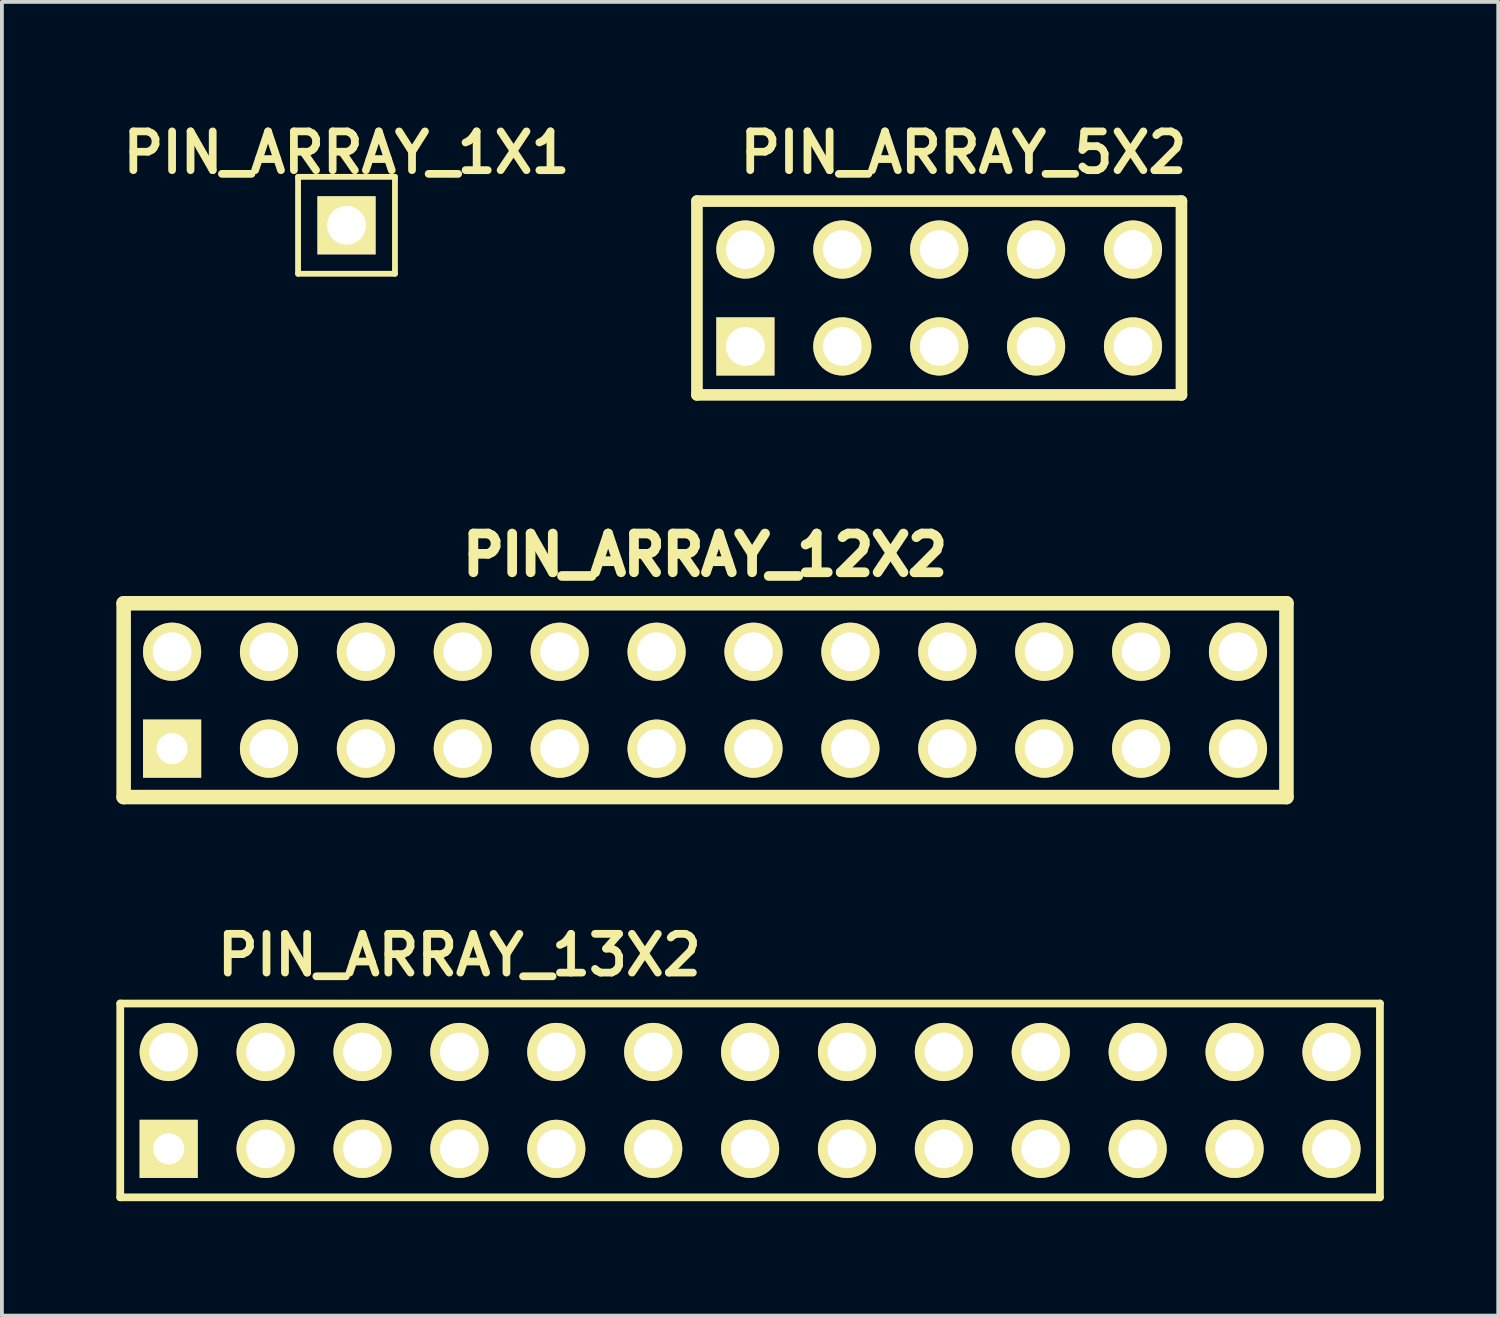
<source format=kicad_pcb>
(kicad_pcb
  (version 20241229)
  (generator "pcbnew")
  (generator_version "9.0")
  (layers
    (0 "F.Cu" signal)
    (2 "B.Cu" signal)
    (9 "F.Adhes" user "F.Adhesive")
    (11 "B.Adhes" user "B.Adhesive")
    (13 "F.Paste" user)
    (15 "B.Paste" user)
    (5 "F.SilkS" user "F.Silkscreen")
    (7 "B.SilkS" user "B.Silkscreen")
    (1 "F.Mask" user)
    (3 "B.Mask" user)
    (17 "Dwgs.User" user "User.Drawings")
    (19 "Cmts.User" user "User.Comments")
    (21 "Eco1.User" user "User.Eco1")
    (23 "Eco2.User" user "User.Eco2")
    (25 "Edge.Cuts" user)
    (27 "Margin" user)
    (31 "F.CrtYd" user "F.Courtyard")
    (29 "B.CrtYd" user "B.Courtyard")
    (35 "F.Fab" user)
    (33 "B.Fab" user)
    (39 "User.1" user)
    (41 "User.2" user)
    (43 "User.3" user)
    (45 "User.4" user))
  (footprint "PIN_ARRAY_5X2"
    (layer "F.Cu")
    (at 21.569 4.761)
    (property "Reference" "PIN_ARRAY_5X2" (at 0.635 -3.81 0) (layer "F.SilkS") (effects (font (size 1.016 1.016) (thickness 0.203))))
    (attr through_hole)
    (fp_line (start -6.35 -2.54) (end 6.35 -2.54) (stroke (width 0.305) (type solid)) (layer "F.SilkS"))
    (fp_line (start -6.35 2.54) (end -6.35 -2.54) (stroke (width 0.305) (type solid)) (layer "F.SilkS"))
    (fp_line (start 6.35 -2.54) (end 6.35 2.54) (stroke (width 0.305) (type solid)) (layer "F.SilkS"))
    (fp_line (start 6.35 2.54) (end -6.35 2.54) (stroke (width 0.305) (type solid)) (layer "F.SilkS"))
    (pad "1" thru_hole rect (at -5.08 1.27) (size 1.524 1.524) (drill 1.016) (layers "*.Cu" "*.Mask" "F.SilkS"))
    (pad "2" thru_hole circle (at -5.08 -1.27) (size 1.524 1.524) (drill 1.016) (layers "*.Cu" "*.Mask" "F.SilkS"))
    (pad "3" thru_hole circle (at -2.54 1.27) (size 1.524 1.524) (drill 1.016) (layers "*.Cu" "*.Mask" "F.SilkS"))
    (pad "4" thru_hole circle (at -2.54 -1.27) (size 1.524 1.524) (drill 1.016) (layers "*.Cu" "*.Mask" "F.SilkS"))
    (pad "5" thru_hole circle (at 0 1.27) (size 1.524 1.524) (drill 1.016) (layers "*.Cu" "*.Mask" "F.SilkS"))
    (pad "6" thru_hole circle (at 0 -1.27) (size 1.524 1.524) (drill 1.016) (layers "*.Cu" "*.Mask" "F.SilkS"))
    (pad "7" thru_hole circle (at 2.54 1.27) (size 1.524 1.524) (drill 1.016) (layers "*.Cu" "*.Mask" "F.SilkS"))
    (pad "8" thru_hole circle (at 2.54 -1.27) (size 1.524 1.524) (drill 1.016) (layers "*.Cu" "*.Mask" "F.SilkS"))
    (pad "9" thru_hole circle (at 5.08 1.27) (size 1.524 1.524) (drill 1.016) (layers "*.Cu" "*.Mask" "F.SilkS"))
    (pad "10" thru_hole circle (at 5.08 -1.27) (size 1.524 1.524) (drill 1.016) (layers "*.Cu" "*.Mask" "F.SilkS")))
  (footprint "PIN_ARRAY_13X2"
    (layer "F.Cu")
    (at 16.612 25.795)
    (property "Reference" "PIN_ARRAY_13X2" (at -7.62 -3.81 0) (layer "F.SilkS") (effects (font (size 1.016 1.016) (thickness 0.203))))
    (attr through_hole)
    (fp_line (start -16.51 -2.54) (end -16.51 2.54) (stroke (width 0.203) (type solid)) (layer "F.SilkS"))
    (fp_line (start -16.51 2.54) (end 16.51 2.54) (stroke (width 0.203) (type solid)) (layer "F.SilkS"))
    (fp_line (start 16.51 -2.54) (end -16.51 -2.54) (stroke (width 0.203) (type solid)) (layer "F.SilkS"))
    (fp_line (start 16.51 2.54) (end 16.51 -2.54) (stroke (width 0.203) (type solid)) (layer "F.SilkS"))
    (pad "1" thru_hole rect (at -15.24 1.27) (size 1.524 1.524) (drill 0.813) (layers "*.Cu" "*.Mask" "F.SilkS"))
    (pad "2" thru_hole circle (at -15.24 -1.27) (size 1.524 1.524) (drill 1.016) (layers "*.Cu" "*.Mask" "F.SilkS"))
    (pad "3" thru_hole circle (at -12.7 1.27) (size 1.524 1.524) (drill 1.016) (layers "*.Cu" "*.Mask" "F.SilkS"))
    (pad "4" thru_hole circle (at -12.7 -1.27) (size 1.524 1.524) (drill 1.016) (layers "*.Cu" "*.Mask" "F.SilkS"))
    (pad "5" thru_hole circle (at -10.16 1.27) (size 1.524 1.524) (drill 1.016) (layers "*.Cu" "*.Mask" "F.SilkS"))
    (pad "6" thru_hole circle (at -10.16 -1.27) (size 1.524 1.524) (drill 1.016) (layers "*.Cu" "*.Mask" "F.SilkS"))
    (pad "7" thru_hole circle (at -7.62 1.27) (size 1.524 1.524) (drill 1.016) (layers "*.Cu" "*.Mask" "F.SilkS"))
    (pad "8" thru_hole circle (at -7.62 -1.27) (size 1.524 1.524) (drill 1.016) (layers "*.Cu" "*.Mask" "F.SilkS"))
    (pad "9" thru_hole circle (at -5.08 1.27) (size 1.524 1.524) (drill 1.016) (layers "*.Cu" "*.Mask" "F.SilkS"))
    (pad "10" thru_hole circle (at -5.08 -1.27) (size 1.524 1.524) (drill 1.016) (layers "*.Cu" "*.Mask" "F.SilkS"))
    (pad "11" thru_hole circle (at -2.54 1.27) (size 1.524 1.524) (drill 1.016) (layers "*.Cu" "*.Mask" "F.SilkS"))
    (pad "12" thru_hole circle (at -2.54 -1.27) (size 1.524 1.524) (drill 1.016) (layers "*.Cu" "*.Mask" "F.SilkS"))
    (pad "13" thru_hole circle (at 0 1.27) (size 1.524 1.524) (drill 1.016) (layers "*.Cu" "*.Mask" "F.SilkS"))
    (pad "14" thru_hole circle (at 0 -1.27) (size 1.524 1.524) (drill 1.016) (layers "*.Cu" "*.Mask" "F.SilkS"))
    (pad "15" thru_hole circle (at 2.54 1.27) (size 1.524 1.524) (drill 1.016) (layers "*.Cu" "*.Mask" "F.SilkS"))
    (pad "16" thru_hole circle (at 2.54 -1.27) (size 1.524 1.524) (drill 1.016) (layers "*.Cu" "*.Mask" "F.SilkS"))
    (pad "17" thru_hole circle (at 5.08 1.27) (size 1.524 1.524) (drill 1.016) (layers "*.Cu" "*.Mask" "F.SilkS"))
    (pad "18" thru_hole circle (at 5.08 -1.27) (size 1.524 1.524) (drill 1.016) (layers "*.Cu" "*.Mask" "F.SilkS"))
    (pad "19" thru_hole circle (at 7.62 1.27) (size 1.524 1.524) (drill 1.016) (layers "*.Cu" "*.Mask" "F.SilkS"))
    (pad "20" thru_hole circle (at 7.62 -1.27) (size 1.524 1.524) (drill 1.016) (layers "*.Cu" "*.Mask" "F.SilkS"))
    (pad "21" thru_hole circle (at 10.16 1.27) (size 1.524 1.524) (drill 1.016) (layers "*.Cu" "*.Mask" "F.SilkS"))
    (pad "22" thru_hole circle (at 10.16 -1.27) (size 1.524 1.524) (drill 1.016) (layers "*.Cu" "*.Mask" "F.SilkS"))
    (pad "23" thru_hole circle (at 12.7 1.27) (size 1.524 1.524) (drill 1.016) (layers "*.Cu" "*.Mask" "F.SilkS"))
    (pad "24" thru_hole circle (at 12.7 -1.27) (size 1.524 1.524) (drill 1.016) (layers "*.Cu" "*.Mask" "F.SilkS"))
    (pad "25" thru_hole circle (at 15.24 1.27) (size 1.524 1.524) (drill 1.016) (layers "*.Cu" "*.Mask" "F.SilkS"))
    (pad "26" thru_hole circle (at 15.24 -1.27) (size 1.524 1.524) (drill 1.016) (layers "*.Cu" "*.Mask" "F.SilkS")))
  (footprint "PIN_ARRAY_12X2"
    (layer "F.Cu")
    (at 15.431 15.304)
    (property "Reference" "PIN_ARRAY_12X2" (at 0 -3.81 0) (layer "F.SilkS") (effects (font (size 1.016 1.016) (thickness 0.274))))
    (attr through_hole)
    (fp_line (start -15.24 -2.54) (end -15.24 2.54) (stroke (width 0.381) (type solid)) (layer "F.SilkS"))
    (fp_line (start -15.24 2.54) (end 15.24 2.54) (stroke (width 0.381) (type solid)) (layer "F.SilkS"))
    (fp_line (start 15.24 -2.54) (end -15.24 -2.54) (stroke (width 0.381) (type solid)) (layer "F.SilkS"))
    (fp_line (start 15.24 2.54) (end 15.24 -2.54) (stroke (width 0.381) (type solid)) (layer "F.SilkS"))
    (pad "1" thru_hole rect (at -13.97 1.27) (size 1.524 1.524) (drill 0.813) (layers "*.Cu" "*.Mask" "F.SilkS"))
    (pad "2" thru_hole circle (at -13.97 -1.27) (size 1.524 1.524) (drill 1.016) (layers "*.Cu" "*.Mask" "F.SilkS"))
    (pad "3" thru_hole circle (at -11.43 1.27) (size 1.524 1.524) (drill 1.016) (layers "*.Cu" "*.Mask" "F.SilkS"))
    (pad "4" thru_hole circle (at -11.43 -1.27) (size 1.524 1.524) (drill 1.016) (layers "*.Cu" "*.Mask" "F.SilkS"))
    (pad "5" thru_hole circle (at -8.89 1.27) (size 1.524 1.524) (drill 1.016) (layers "*.Cu" "*.Mask" "F.SilkS"))
    (pad "6" thru_hole circle (at -8.89 -1.27) (size 1.524 1.524) (drill 1.016) (layers "*.Cu" "*.Mask" "F.SilkS"))
    (pad "7" thru_hole circle (at -6.35 1.27) (size 1.524 1.524) (drill 1.016) (layers "*.Cu" "*.Mask" "F.SilkS"))
    (pad "8" thru_hole circle (at -6.35 -1.27) (size 1.524 1.524) (drill 1.016) (layers "*.Cu" "*.Mask" "F.SilkS"))
    (pad "9" thru_hole circle (at -3.81 1.27) (size 1.524 1.524) (drill 1.016) (layers "*.Cu" "*.Mask" "F.SilkS"))
    (pad "10" thru_hole circle (at -3.81 -1.27) (size 1.524 1.524) (drill 1.016) (layers "*.Cu" "*.Mask" "F.SilkS"))
    (pad "11" thru_hole circle (at -1.27 1.27) (size 1.524 1.524) (drill 1.016) (layers "*.Cu" "*.Mask" "F.SilkS"))
    (pad "12" thru_hole circle (at -1.27 -1.27) (size 1.524 1.524) (drill 1.016) (layers "*.Cu" "*.Mask" "F.SilkS"))
    (pad "13" thru_hole circle (at 1.27 1.27) (size 1.524 1.524) (drill 1.016) (layers "*.Cu" "*.Mask" "F.SilkS"))
    (pad "14" thru_hole circle (at 1.27 -1.27) (size 1.524 1.524) (drill 1.016) (layers "*.Cu" "*.Mask" "F.SilkS"))
    (pad "15" thru_hole circle (at 3.81 1.27) (size 1.524 1.524) (drill 1.016) (layers "*.Cu" "*.Mask" "F.SilkS"))
    (pad "16" thru_hole circle (at 3.81 -1.27) (size 1.524 1.524) (drill 1.016) (layers "*.Cu" "*.Mask" "F.SilkS"))
    (pad "17" thru_hole circle (at 6.35 1.27) (size 1.524 1.524) (drill 1.016) (layers "*.Cu" "*.Mask" "F.SilkS"))
    (pad "18" thru_hole circle (at 6.35 -1.27) (size 1.524 1.524) (drill 1.016) (layers "*.Cu" "*.Mask" "F.SilkS"))
    (pad "19" thru_hole circle (at 8.89 1.27) (size 1.524 1.524) (drill 1.016) (layers "*.Cu" "*.Mask" "F.SilkS"))
    (pad "20" thru_hole circle (at 8.89 -1.27) (size 1.524 1.524) (drill 1.016) (layers "*.Cu" "*.Mask" "F.SilkS"))
    (pad "21" thru_hole circle (at 11.43 1.27) (size 1.524 1.524) (drill 1.016) (layers "*.Cu" "*.Mask" "F.SilkS"))
    (pad "22" thru_hole circle (at 11.43 -1.27) (size 1.524 1.524) (drill 1.016) (layers "*.Cu" "*.Mask" "F.SilkS"))
    (pad "23" thru_hole circle (at 13.97 1.27) (size 1.524 1.524) (drill 1.016) (layers "*.Cu" "*.Mask" "F.SilkS"))
    (pad "24" thru_hole circle (at 13.97 -1.27) (size 1.524 1.524) (drill 1.016) (layers "*.Cu" "*.Mask" "F.SilkS")))
  (footprint "PIN_ARRAY_1X1"
    (layer "F.Cu")
    (at 6.033 2.856)
    (property "Reference" "PIN_ARRAY_1X1" (at 0 -1.905 0) (layer "F.SilkS") (effects (font (size 1.016 1.016) (thickness 0.203))))
    (attr through_hole)
    (fp_line (start -1.27 -1.27) (end 1.27 -1.27) (stroke (width 0.152) (type solid)) (layer "F.SilkS"))
    (fp_line (start -1.27 1.27) (end -1.27 -1.27) (stroke (width 0.152) (type solid)) (layer "F.SilkS"))
    (fp_line (start 1.27 -1.27) (end 1.27 1.27) (stroke (width 0.152) (type solid)) (layer "F.SilkS"))
    (fp_line (start 1.27 1.27) (end -1.27 1.27) (stroke (width 0.152) (type solid)) (layer "F.SilkS"))
    (pad "1" thru_hole rect (at 0 0) (size 1.524 1.524) (drill 1.016) (layers "*.Cu" "*.Mask" "F.SilkS")))
  (gr_rect
    (start -3 -3)
    (end 36.223 31.437)
    (stroke (width 0.1) (type default))
    (fill no)
    (layer "Edge.Cuts")))
</source>
